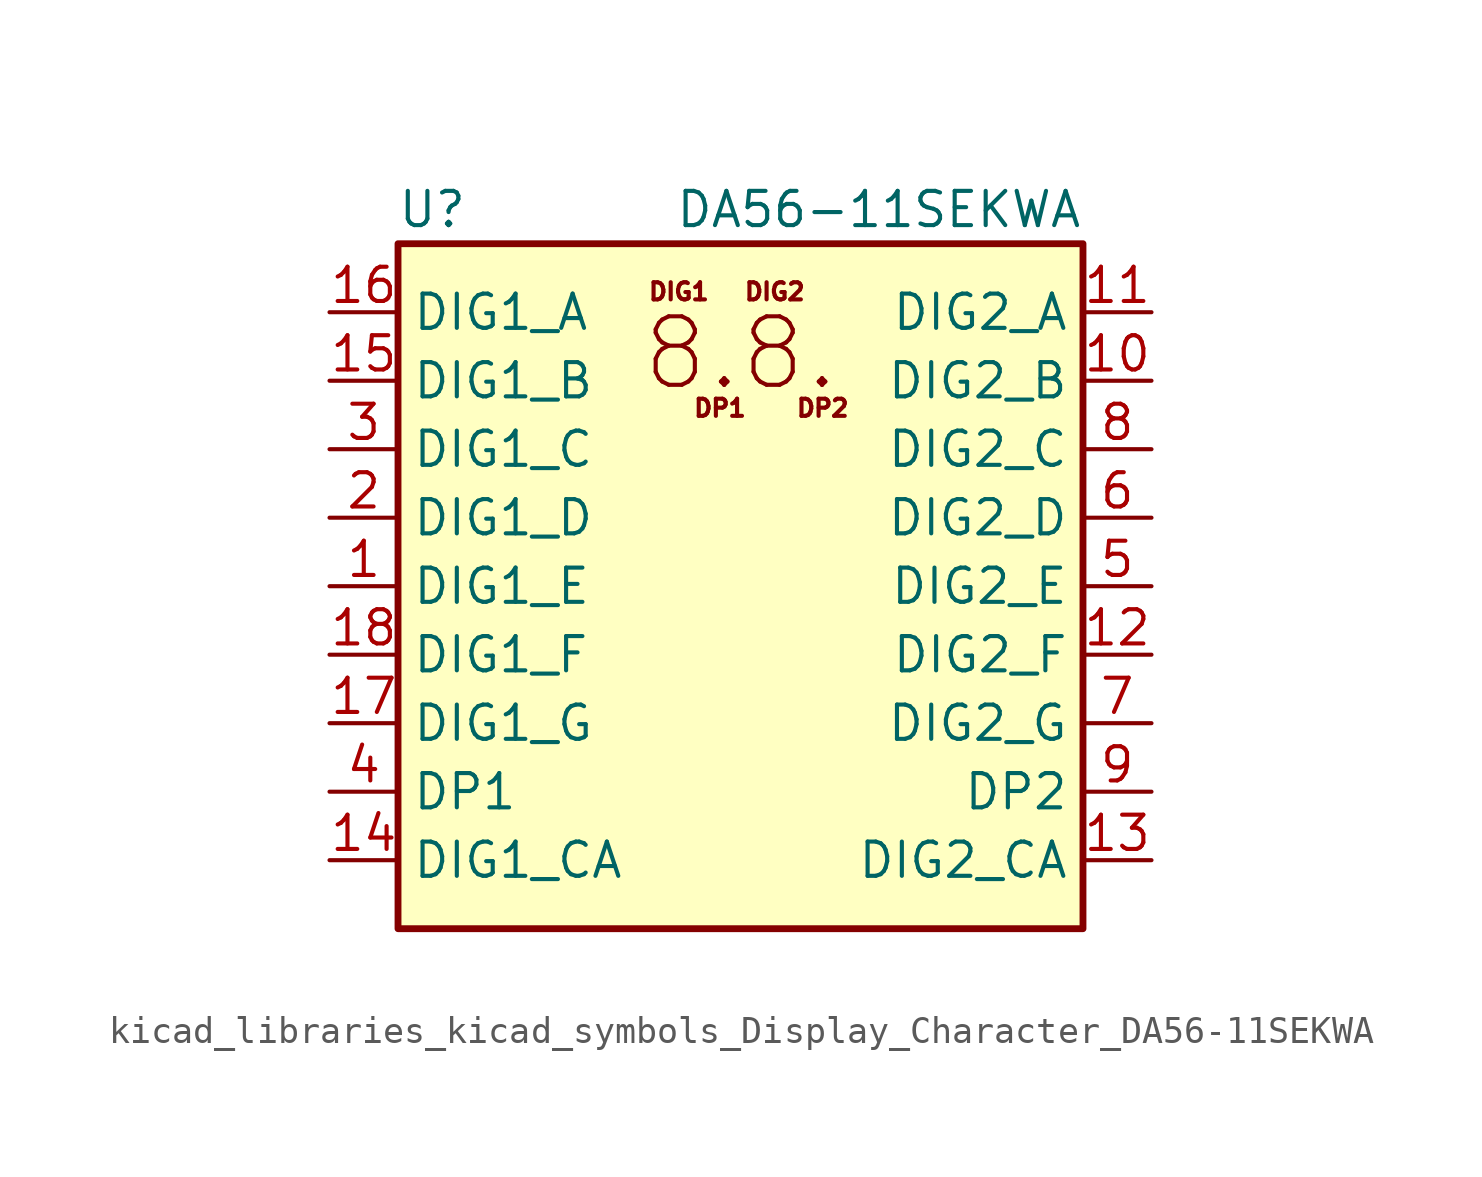
<source format=kicad_sym>
(kicad_symbol_lib
  (version 20220914)
  (generator kicad_symbol_editor)
  (symbol "kicad_libraries_kicad_symbols_Display_Character_DA56-11SEKWA"
    (property "Reference" "U"
      (at -11.43 13.97 0)
      (effects (font (size 1.27 1.27))))
    (property "Value" "DA56-11SEKWA"
      (at 12.7 13.97 0)
      (effects (font (size 1.27 1.27)) (justify right)))
    (symbol "kicad_libraries_kicad_symbols_Display_Character_DA56-11SEKWA_0_0"
      (text "8.8." (at 0 8.636 0) (effects (font (size 2.54 2.54))))
      (text "DIG1" (at -2.286 10.922 0) (effects (font (size 0.635 0.635))))
      (text "DIG2" (at 1.27 10.922 0) (effects (font (size 0.635 0.635))))
      (text "DP1" (at -0.762 6.604 0) (effects (font (size 0.635 0.635))))
      (text "DP2" (at 3.048 6.604 0) (effects (font (size 0.635 0.635)))))
    (symbol "kicad_libraries_kicad_symbols_Display_Character_DA56-11SEKWA_0_1"
      (rectangle (start -12.7 12.7) (end 12.7 -12.7) (stroke (width 0.254) (type default)) (fill (type background))))
    (symbol "kicad_libraries_kicad_symbols_Display_Character_DA56-11SEKWA_1_1"
      (pin input line (at -15.24 0 0) (length 2.54) (name "DIG1_E" (effects (font (size 1.27 1.27)))) (number "1" (effects (font (size 1.27 1.27)))))
      (pin input line (at 15.24 7.62 180) (length 2.54) (name "DIG2_B" (effects (font (size 1.27 1.27)))) (number "10" (effects (font (size 1.27 1.27)))))
      (pin input line (at 15.24 10.16 180) (length 2.54) (name "DIG2_A" (effects (font (size 1.27 1.27)))) (number "11" (effects (font (size 1.27 1.27)))))
      (pin input line (at 15.24 -2.54 180) (length 2.54) (name "DIG2_F" (effects (font (size 1.27 1.27)))) (number "12" (effects (font (size 1.27 1.27)))))
      (pin input line (at 15.24 -10.16 180) (length 2.54) (name "DIG2_CA" (effects (font (size 1.27 1.27)))) (number "13" (effects (font (size 1.27 1.27)))))
      (pin input line (at -15.24 -10.16 0) (length 2.54) (name "DIG1_CA" (effects (font (size 1.27 1.27)))) (number "14" (effects (font (size 1.27 1.27)))))
      (pin input line (at -15.24 7.62 0) (length 2.54) (name "DIG1_B" (effects (font (size 1.27 1.27)))) (number "15" (effects (font (size 1.27 1.27)))))
      (pin input line (at -15.24 10.16 0) (length 2.54) (name "DIG1_A" (effects (font (size 1.27 1.27)))) (number "16" (effects (font (size 1.27 1.27)))))
      (pin input line (at -15.24 -5.08 0) (length 2.54) (name "DIG1_G" (effects (font (size 1.27 1.27)))) (number "17" (effects (font (size 1.27 1.27)))))
      (pin input line (at -15.24 -2.54 0) (length 2.54) (name "DIG1_F" (effects (font (size 1.27 1.27)))) (number "18" (effects (font (size 1.27 1.27)))))
      (pin input line (at -15.24 2.54 0) (length 2.54) (name "DIG1_D" (effects (font (size 1.27 1.27)))) (number "2" (effects (font (size 1.27 1.27)))))
      (pin input line (at -15.24 5.08 0) (length 2.54) (name "DIG1_C" (effects (font (size 1.27 1.27)))) (number "3" (effects (font (size 1.27 1.27)))))
      (pin input line (at -15.24 -7.62 0) (length 2.54) (name "DP1" (effects (font (size 1.27 1.27)))) (number "4" (effects (font (size 1.27 1.27)))))
      (pin input line (at 15.24 0 180) (length 2.54) (name "DIG2_E" (effects (font (size 1.27 1.27)))) (number "5" (effects (font (size 1.27 1.27)))))
      (pin input line (at 15.24 2.54 180) (length 2.54) (name "DIG2_D" (effects (font (size 1.27 1.27)))) (number "6" (effects (font (size 1.27 1.27)))))
      (pin input line (at 15.24 -5.08 180) (length 2.54) (name "DIG2_G" (effects (font (size 1.27 1.27)))) (number "7" (effects (font (size 1.27 1.27)))))
      (pin input line (at 15.24 5.08 180) (length 2.54) (name "DIG2_C" (effects (font (size 1.27 1.27)))) (number "8" (effects (font (size 1.27 1.27)))))
      (pin input line (at 15.24 -7.62 180) (length 2.54) (name "DP2" (effects (font (size 1.27 1.27)))) (number "9" (effects (font (size 1.27 1.27))))))))
</source>
